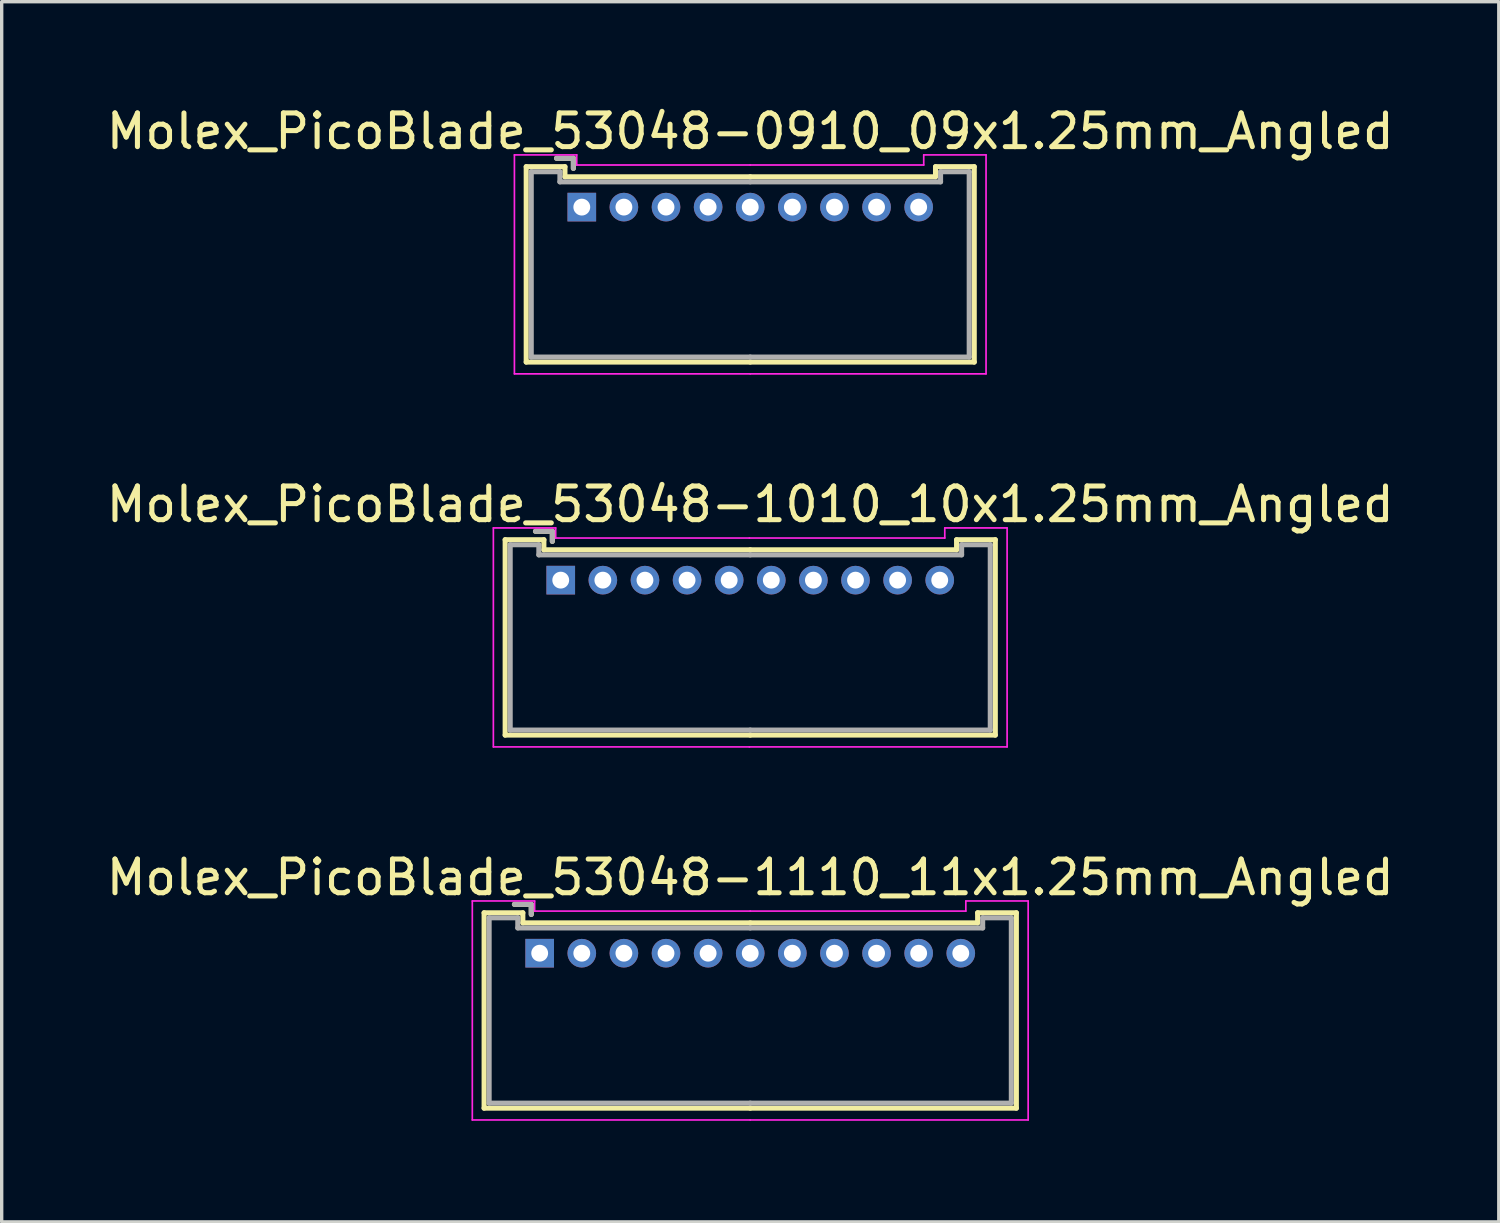
<source format=kicad_pcb>
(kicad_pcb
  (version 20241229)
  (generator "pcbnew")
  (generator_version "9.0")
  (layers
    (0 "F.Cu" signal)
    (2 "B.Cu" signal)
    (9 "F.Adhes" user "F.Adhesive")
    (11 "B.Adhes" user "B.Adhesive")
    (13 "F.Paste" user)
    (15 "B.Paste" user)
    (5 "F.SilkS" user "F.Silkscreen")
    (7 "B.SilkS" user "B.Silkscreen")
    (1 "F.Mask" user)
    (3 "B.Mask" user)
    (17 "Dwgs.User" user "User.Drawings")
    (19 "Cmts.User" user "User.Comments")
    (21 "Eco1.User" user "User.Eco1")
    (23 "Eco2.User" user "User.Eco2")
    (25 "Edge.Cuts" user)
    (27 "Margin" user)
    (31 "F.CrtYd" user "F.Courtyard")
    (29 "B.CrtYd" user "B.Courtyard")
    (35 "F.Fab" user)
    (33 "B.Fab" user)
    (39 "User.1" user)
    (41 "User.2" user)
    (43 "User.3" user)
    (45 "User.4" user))
  (footprint "Molex_PicoBlade_53048-1010_10x1.25mm_Angled"
    (layer "F.Cu")
    (at 13.595 14.171)
    (property "Reference" "Molex_PicoBlade_53048-1010_10x1.25mm_Angled" (at 5.625 -2.25 0) (layer "F.SilkS") (effects (font (size 1 1) (thickness 0.15))))
    (attr through_hole)
    (fp_line (start -1.65 -1.2) (end -1.65 4.6) (stroke (width 0.15) (type solid)) (layer "F.SilkS"))
    (fp_line (start -1.65 4.6) (end 5.625 4.6) (stroke (width 0.15) (type solid)) (layer "F.SilkS"))
    (fp_line (start -0.5 -1.2) (end -1.65 -1.2) (stroke (width 0.15) (type solid)) (layer "F.SilkS"))
    (fp_line (start -0.5 -0.9) (end -0.5 -1.2) (stroke (width 0.15) (type solid)) (layer "F.SilkS"))
    (fp_line (start -0.25 -1.45) (end -0.75 -1.45) (stroke (width 0.15) (type solid)) (layer "F.SilkS"))
    (fp_line (start -0.25 -1.15) (end -0.25 -1.45) (stroke (width 0.15) (type solid)) (layer "F.SilkS"))
    (fp_line (start 5.625 -0.9) (end -0.5 -0.9) (stroke (width 0.15) (type solid)) (layer "F.SilkS"))
    (fp_line (start 5.625 -0.9) (end 11.75 -0.9) (stroke (width 0.15) (type solid)) (layer "F.SilkS"))
    (fp_line (start 11.75 -1.2) (end 12.9 -1.2) (stroke (width 0.15) (type solid)) (layer "F.SilkS"))
    (fp_line (start 11.75 -0.9) (end 11.75 -1.2) (stroke (width 0.15) (type solid)) (layer "F.SilkS"))
    (fp_line (start 12.9 -1.2) (end 12.9 4.6) (stroke (width 0.15) (type solid)) (layer "F.SilkS"))
    (fp_line (start 12.9 4.6) (end 5.625 4.6) (stroke (width 0.15) (type solid)) (layer "F.SilkS"))
    (fp_line (start -2 -1.55) (end -2 4.95) (stroke (width 0.05) (type solid)) (layer "F.CrtYd"))
    (fp_line (start -2 4.95) (end 5.6 4.95) (stroke (width 0.05) (type solid)) (layer "F.CrtYd"))
    (fp_line (start -0.15 -1.55) (end -2 -1.55) (stroke (width 0.05) (type solid)) (layer "F.CrtYd"))
    (fp_line (start -0.15 -1.25) (end -0.15 -1.55) (stroke (width 0.05) (type solid)) (layer "F.CrtYd"))
    (fp_line (start 5.6 -1.25) (end -0.15 -1.25) (stroke (width 0.05) (type solid)) (layer "F.CrtYd"))
    (fp_line (start 5.6 -1.25) (end 11.4 -1.25) (stroke (width 0.05) (type solid)) (layer "F.CrtYd"))
    (fp_line (start 11.4 -1.55) (end 13.25 -1.55) (stroke (width 0.05) (type solid)) (layer "F.CrtYd"))
    (fp_line (start 11.4 -1.25) (end 11.4 -1.55) (stroke (width 0.05) (type solid)) (layer "F.CrtYd"))
    (fp_line (start 13.25 -1.55) (end 13.25 4.95) (stroke (width 0.05) (type solid)) (layer "F.CrtYd"))
    (fp_line (start 13.25 4.95) (end 5.6 4.95) (stroke (width 0.05) (type solid)) (layer "F.CrtYd"))
    (fp_line (start -1.5 -1.05) (end -1.5 4.45) (stroke (width 0.15) (type solid)) (layer "F.Fab"))
    (fp_line (start -1.5 4.45) (end 5.625 4.45) (stroke (width 0.15) (type solid)) (layer "F.Fab"))
    (fp_line (start -0.65 -1.05) (end -1.5 -1.05) (stroke (width 0.15) (type solid)) (layer "F.Fab"))
    (fp_line (start -0.65 -0.75) (end -0.65 -1.05) (stroke (width 0.15) (type solid)) (layer "F.Fab"))
    (fp_line (start -0.25 -1.45) (end -0.75 -1.45) (stroke (width 0.15) (type solid)) (layer "F.Fab"))
    (fp_line (start -0.25 -1.15) (end -0.25 -1.45) (stroke (width 0.15) (type solid)) (layer "F.Fab"))
    (fp_line (start 5.625 -0.75) (end -0.65 -0.75) (stroke (width 0.15) (type solid)) (layer "F.Fab"))
    (fp_line (start 5.625 -0.75) (end 11.9 -0.75) (stroke (width 0.15) (type solid)) (layer "F.Fab"))
    (fp_line (start 11.9 -1.05) (end 12.75 -1.05) (stroke (width 0.15) (type solid)) (layer "F.Fab"))
    (fp_line (start 11.9 -0.75) (end 11.9 -1.05) (stroke (width 0.15) (type solid)) (layer "F.Fab"))
    (fp_line (start 12.75 -1.05) (end 12.75 4.45) (stroke (width 0.15) (type solid)) (layer "F.Fab"))
    (fp_line (start 12.75 4.45) (end 5.625 4.45) (stroke (width 0.15) (type solid)) (layer "F.Fab"))
    (pad "1" thru_hole rect (at 0 0) (size 0.85 0.85) (drill 0.5) (layers "*.Cu" "*.Mask"))
    (pad "2" thru_hole circle (at 1.25 0) (size 0.85 0.85) (drill 0.5) (layers "*.Cu" "*.Mask"))
    (pad "3" thru_hole circle (at 2.5 0) (size 0.85 0.85) (drill 0.5) (layers "*.Cu" "*.Mask"))
    (pad "4" thru_hole circle (at 3.75 0) (size 0.85 0.85) (drill 0.5) (layers "*.Cu" "*.Mask"))
    (pad "5" thru_hole circle (at 5 0) (size 0.85 0.85) (drill 0.5) (layers "*.Cu" "*.Mask"))
    (pad "6" thru_hole circle (at 6.25 0) (size 0.85 0.85) (drill 0.5) (layers "*.Cu" "*.Mask"))
    (pad "7" thru_hole circle (at 7.5 0) (size 0.85 0.85) (drill 0.5) (layers "*.Cu" "*.Mask"))
    (pad "8" thru_hole circle (at 8.75 0) (size 0.85 0.85) (drill 0.5) (layers "*.Cu" "*.Mask"))
    (pad "9" thru_hole circle (at 10 0) (size 0.85 0.85) (drill 0.5) (layers "*.Cu" "*.Mask"))
    (pad "10" thru_hole circle (at 11.25 0) (size 0.85 0.85) (drill 0.5) (layers "*.Cu" "*.Mask")))
  (footprint "Molex_PicoBlade_53048-0910_09x1.25mm_Angled"
    (layer "F.Cu")
    (at 14.22 3.098)
    (property "Reference" "Molex_PicoBlade_53048-0910_09x1.25mm_Angled" (at 5 -2.25 0) (layer "F.SilkS") (effects (font (size 1 1) (thickness 0.15))))
    (attr through_hole)
    (fp_line (start -1.65 -1.2) (end -1.65 4.6) (stroke (width 0.15) (type solid)) (layer "F.SilkS"))
    (fp_line (start -1.65 4.6) (end 5 4.6) (stroke (width 0.15) (type solid)) (layer "F.SilkS"))
    (fp_line (start -0.5 -1.2) (end -1.65 -1.2) (stroke (width 0.15) (type solid)) (layer "F.SilkS"))
    (fp_line (start -0.5 -0.9) (end -0.5 -1.2) (stroke (width 0.15) (type solid)) (layer "F.SilkS"))
    (fp_line (start -0.25 -1.45) (end -0.75 -1.45) (stroke (width 0.15) (type solid)) (layer "F.SilkS"))
    (fp_line (start -0.25 -1.15) (end -0.25 -1.45) (stroke (width 0.15) (type solid)) (layer "F.SilkS"))
    (fp_line (start 5 -0.9) (end -0.5 -0.9) (stroke (width 0.15) (type solid)) (layer "F.SilkS"))
    (fp_line (start 5 -0.9) (end 10.5 -0.9) (stroke (width 0.15) (type solid)) (layer "F.SilkS"))
    (fp_line (start 10.5 -1.2) (end 11.65 -1.2) (stroke (width 0.15) (type solid)) (layer "F.SilkS"))
    (fp_line (start 10.5 -0.9) (end 10.5 -1.2) (stroke (width 0.15) (type solid)) (layer "F.SilkS"))
    (fp_line (start 11.65 -1.2) (end 11.65 4.6) (stroke (width 0.15) (type solid)) (layer "F.SilkS"))
    (fp_line (start 11.65 4.6) (end 5 4.6) (stroke (width 0.15) (type solid)) (layer "F.SilkS"))
    (fp_line (start -2 -1.55) (end -2 4.95) (stroke (width 0.05) (type solid)) (layer "F.CrtYd"))
    (fp_line (start -2 4.95) (end 5 4.95) (stroke (width 0.05) (type solid)) (layer "F.CrtYd"))
    (fp_line (start -0.15 -1.55) (end -2 -1.55) (stroke (width 0.05) (type solid)) (layer "F.CrtYd"))
    (fp_line (start -0.15 -1.25) (end -0.15 -1.55) (stroke (width 0.05) (type solid)) (layer "F.CrtYd"))
    (fp_line (start 5 -1.25) (end -0.15 -1.25) (stroke (width 0.05) (type solid)) (layer "F.CrtYd"))
    (fp_line (start 5 -1.25) (end 10.15 -1.25) (stroke (width 0.05) (type solid)) (layer "F.CrtYd"))
    (fp_line (start 10.15 -1.55) (end 12 -1.55) (stroke (width 0.05) (type solid)) (layer "F.CrtYd"))
    (fp_line (start 10.15 -1.25) (end 10.15 -1.55) (stroke (width 0.05) (type solid)) (layer "F.CrtYd"))
    (fp_line (start 12 -1.55) (end 12 4.95) (stroke (width 0.05) (type solid)) (layer "F.CrtYd"))
    (fp_line (start 12 4.95) (end 5 4.95) (stroke (width 0.05) (type solid)) (layer "F.CrtYd"))
    (fp_line (start -1.5 -1.05) (end -1.5 4.45) (stroke (width 0.15) (type solid)) (layer "F.Fab"))
    (fp_line (start -1.5 4.45) (end 5 4.45) (stroke (width 0.15) (type solid)) (layer "F.Fab"))
    (fp_line (start -0.65 -1.05) (end -1.5 -1.05) (stroke (width 0.15) (type solid)) (layer "F.Fab"))
    (fp_line (start -0.65 -0.75) (end -0.65 -1.05) (stroke (width 0.15) (type solid)) (layer "F.Fab"))
    (fp_line (start -0.25 -1.45) (end -0.75 -1.45) (stroke (width 0.15) (type solid)) (layer "F.Fab"))
    (fp_line (start -0.25 -1.15) (end -0.25 -1.45) (stroke (width 0.15) (type solid)) (layer "F.Fab"))
    (fp_line (start 5 -0.75) (end -0.65 -0.75) (stroke (width 0.15) (type solid)) (layer "F.Fab"))
    (fp_line (start 5 -0.75) (end 10.65 -0.75) (stroke (width 0.15) (type solid)) (layer "F.Fab"))
    (fp_line (start 10.65 -1.05) (end 11.5 -1.05) (stroke (width 0.15) (type solid)) (layer "F.Fab"))
    (fp_line (start 10.65 -0.75) (end 10.65 -1.05) (stroke (width 0.15) (type solid)) (layer "F.Fab"))
    (fp_line (start 11.5 -1.05) (end 11.5 4.45) (stroke (width 0.15) (type solid)) (layer "F.Fab"))
    (fp_line (start 11.5 4.45) (end 5 4.45) (stroke (width 0.15) (type solid)) (layer "F.Fab"))
    (pad "1" thru_hole rect (at 0 0) (size 0.85 0.85) (drill 0.5) (layers "*.Cu" "*.Mask"))
    (pad "2" thru_hole circle (at 1.25 0) (size 0.85 0.85) (drill 0.5) (layers "*.Cu" "*.Mask"))
    (pad "3" thru_hole circle (at 2.5 0) (size 0.85 0.85) (drill 0.5) (layers "*.Cu" "*.Mask"))
    (pad "4" thru_hole circle (at 3.75 0) (size 0.85 0.85) (drill 0.5) (layers "*.Cu" "*.Mask"))
    (pad "5" thru_hole circle (at 5 0) (size 0.85 0.85) (drill 0.5) (layers "*.Cu" "*.Mask"))
    (pad "6" thru_hole circle (at 6.25 0) (size 0.85 0.85) (drill 0.5) (layers "*.Cu" "*.Mask"))
    (pad "7" thru_hole circle (at 7.5 0) (size 0.85 0.85) (drill 0.5) (layers "*.Cu" "*.Mask"))
    (pad "8" thru_hole circle (at 8.75 0) (size 0.85 0.85) (drill 0.5) (layers "*.Cu" "*.Mask"))
    (pad "9" thru_hole circle (at 10 0) (size 0.85 0.85) (drill 0.5) (layers "*.Cu" "*.Mask")))
  (footprint "Molex_PicoBlade_53048-1110_11x1.25mm_Angled"
    (layer "F.Cu")
    (at 12.97 25.245)
    (property "Reference" "Molex_PicoBlade_53048-1110_11x1.25mm_Angled" (at 6.25 -2.25 0) (layer "F.SilkS") (effects (font (size 1 1) (thickness 0.15))))
    (attr through_hole)
    (fp_line (start -1.65 -1.2) (end -1.65 4.6) (stroke (width 0.15) (type solid)) (layer "F.SilkS"))
    (fp_line (start -1.65 4.6) (end 6.25 4.6) (stroke (width 0.15) (type solid)) (layer "F.SilkS"))
    (fp_line (start -0.5 -1.2) (end -1.65 -1.2) (stroke (width 0.15) (type solid)) (layer "F.SilkS"))
    (fp_line (start -0.5 -0.9) (end -0.5 -1.2) (stroke (width 0.15) (type solid)) (layer "F.SilkS"))
    (fp_line (start -0.25 -1.45) (end -0.75 -1.45) (stroke (width 0.15) (type solid)) (layer "F.SilkS"))
    (fp_line (start -0.25 -1.15) (end -0.25 -1.45) (stroke (width 0.15) (type solid)) (layer "F.SilkS"))
    (fp_line (start 6.25 -0.9) (end -0.5 -0.9) (stroke (width 0.15) (type solid)) (layer "F.SilkS"))
    (fp_line (start 6.25 -0.9) (end 13 -0.9) (stroke (width 0.15) (type solid)) (layer "F.SilkS"))
    (fp_line (start 13 -1.2) (end 14.15 -1.2) (stroke (width 0.15) (type solid)) (layer "F.SilkS"))
    (fp_line (start 13 -0.9) (end 13 -1.2) (stroke (width 0.15) (type solid)) (layer "F.SilkS"))
    (fp_line (start 14.15 -1.2) (end 14.15 4.6) (stroke (width 0.15) (type solid)) (layer "F.SilkS"))
    (fp_line (start 14.15 4.6) (end 6.25 4.6) (stroke (width 0.15) (type solid)) (layer "F.SilkS"))
    (fp_line (start -2 -1.55) (end -2 4.95) (stroke (width 0.05) (type solid)) (layer "F.CrtYd"))
    (fp_line (start -2 4.95) (end 6.25 4.95) (stroke (width 0.05) (type solid)) (layer "F.CrtYd"))
    (fp_line (start -0.15 -1.55) (end -2 -1.55) (stroke (width 0.05) (type solid)) (layer "F.CrtYd"))
    (fp_line (start -0.15 -1.25) (end -0.15 -1.55) (stroke (width 0.05) (type solid)) (layer "F.CrtYd"))
    (fp_line (start 6.25 -1.25) (end -0.15 -1.25) (stroke (width 0.05) (type solid)) (layer "F.CrtYd"))
    (fp_line (start 6.25 -1.25) (end 12.65 -1.25) (stroke (width 0.05) (type solid)) (layer "F.CrtYd"))
    (fp_line (start 12.65 -1.55) (end 14.5 -1.55) (stroke (width 0.05) (type solid)) (layer "F.CrtYd"))
    (fp_line (start 12.65 -1.25) (end 12.65 -1.55) (stroke (width 0.05) (type solid)) (layer "F.CrtYd"))
    (fp_line (start 14.5 -1.55) (end 14.5 4.95) (stroke (width 0.05) (type solid)) (layer "F.CrtYd"))
    (fp_line (start 14.5 4.95) (end 6.25 4.95) (stroke (width 0.05) (type solid)) (layer "F.CrtYd"))
    (fp_line (start -1.5 -1.05) (end -1.5 4.45) (stroke (width 0.15) (type solid)) (layer "F.Fab"))
    (fp_line (start -1.5 4.45) (end 6.25 4.45) (stroke (width 0.15) (type solid)) (layer "F.Fab"))
    (fp_line (start -0.65 -1.05) (end -1.5 -1.05) (stroke (width 0.15) (type solid)) (layer "F.Fab"))
    (fp_line (start -0.65 -0.75) (end -0.65 -1.05) (stroke (width 0.15) (type solid)) (layer "F.Fab"))
    (fp_line (start -0.25 -1.45) (end -0.75 -1.45) (stroke (width 0.15) (type solid)) (layer "F.Fab"))
    (fp_line (start -0.25 -1.15) (end -0.25 -1.45) (stroke (width 0.15) (type solid)) (layer "F.Fab"))
    (fp_line (start 6.25 -0.75) (end -0.65 -0.75) (stroke (width 0.15) (type solid)) (layer "F.Fab"))
    (fp_line (start 6.25 -0.75) (end 13.15 -0.75) (stroke (width 0.15) (type solid)) (layer "F.Fab"))
    (fp_line (start 13.15 -1.05) (end 14 -1.05) (stroke (width 0.15) (type solid)) (layer "F.Fab"))
    (fp_line (start 13.15 -0.75) (end 13.15 -1.05) (stroke (width 0.15) (type solid)) (layer "F.Fab"))
    (fp_line (start 14 -1.05) (end 14 4.45) (stroke (width 0.15) (type solid)) (layer "F.Fab"))
    (fp_line (start 14 4.45) (end 6.25 4.45) (stroke (width 0.15) (type solid)) (layer "F.Fab"))
    (pad "1" thru_hole rect (at 0 0) (size 0.85 0.85) (drill 0.5) (layers "*.Cu" "*.Mask"))
    (pad "2" thru_hole circle (at 1.25 0) (size 0.85 0.85) (drill 0.5) (layers "*.Cu" "*.Mask"))
    (pad "3" thru_hole circle (at 2.5 0) (size 0.85 0.85) (drill 0.5) (layers "*.Cu" "*.Mask"))
    (pad "4" thru_hole circle (at 3.75 0) (size 0.85 0.85) (drill 0.5) (layers "*.Cu" "*.Mask"))
    (pad "5" thru_hole circle (at 5 0) (size 0.85 0.85) (drill 0.5) (layers "*.Cu" "*.Mask"))
    (pad "6" thru_hole circle (at 6.25 0) (size 0.85 0.85) (drill 0.5) (layers "*.Cu" "*.Mask"))
    (pad "7" thru_hole circle (at 7.5 0) (size 0.85 0.85) (drill 0.5) (layers "*.Cu" "*.Mask"))
    (pad "8" thru_hole circle (at 8.75 0) (size 0.85 0.85) (drill 0.5) (layers "*.Cu" "*.Mask"))
    (pad "9" thru_hole circle (at 10 0) (size 0.85 0.85) (drill 0.5) (layers "*.Cu" "*.Mask"))
    (pad "10" thru_hole circle (at 11.25 0) (size 0.85 0.85) (drill 0.5) (layers "*.Cu" "*.Mask"))
    (pad "11" thru_hole circle (at 12.5 0) (size 0.85 0.85) (drill 0.5) (layers "*.Cu" "*.Mask")))
  (gr_rect
    (start -3 -3)
    (end 41.44 33.22)
    (stroke (width 0.1) (type default))
    (fill no)
    (layer "Edge.Cuts")))
</source>
